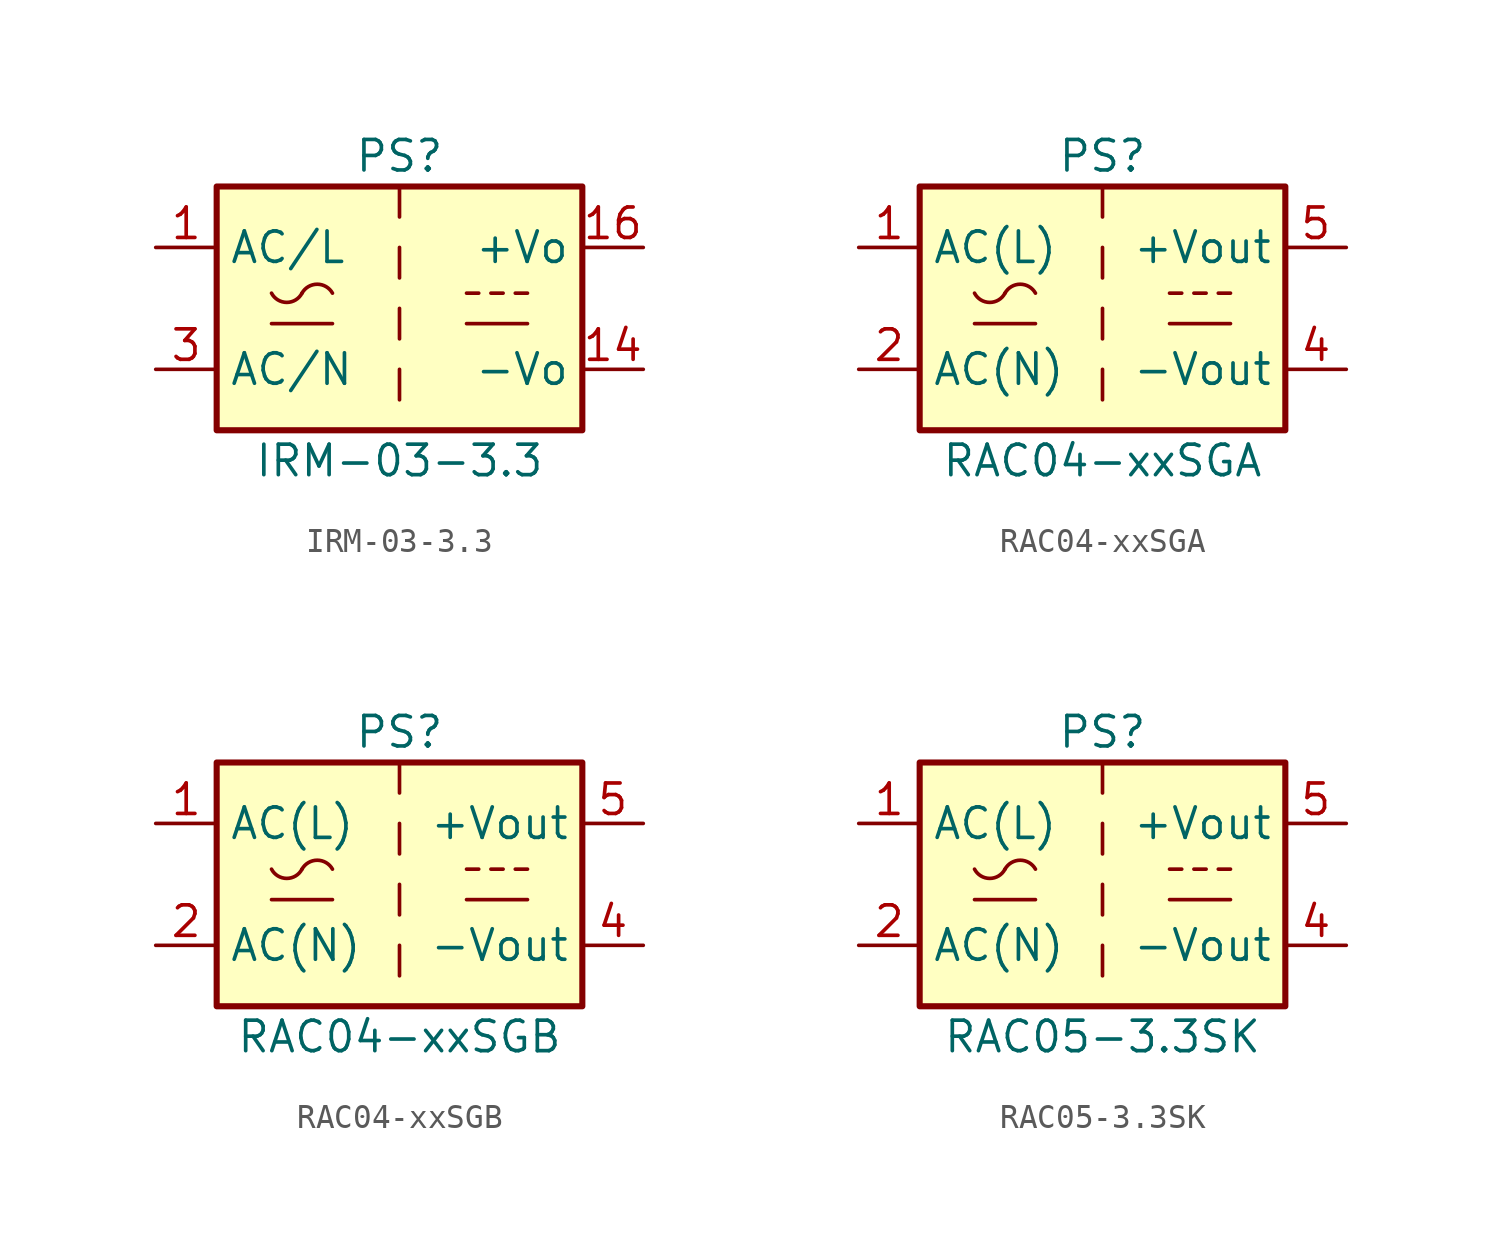
<source format=kicad_sym>
(kicad_symbol_lib
  (version 20200908)
  (generator kicad_symbol_editor)
  (symbol "Converter_ACDC:IRM-03-3.3"
    (property "Reference" "PS"
      (at 0 6.35 0)
      (effects (font (size 1.27 1.27))))
    (property "Value" "IRM-03-3.3"
      (at 0 -6.35 0)
      (effects (font (size 1.27 1.27))))
    (symbol "IRM-03-3.3_0_1"
      (arc (start -5.334 0.635) (end -4.064 0.635) (radius (at -4.699 0.9652) (length 0.7112) (angles -152.5 -27.5)) (stroke (width 0)) (fill (type none)))
      (arc (start -2.794 0.635) (end -4.064 0.635) (radius (at -3.429 0.2794) (length 0.7366) (angles 29.2 150.8)) (stroke (width 0)) (fill (type none)))
      (rectangle (start -7.62 5.08) (end 7.62 -5.08) (stroke (width 0.254)) (fill (type background)))
      (polyline (pts (xy -5.334 -0.635) (xy -2.794 -0.635)) (stroke (width 0)) (fill (type none)))
      (polyline (pts (xy 0 -2.54) (xy 0 -3.81)) (stroke (width 0)) (fill (type none)))
      (polyline (pts (xy 0 0) (xy 0 -1.27)) (stroke (width 0)) (fill (type none)))
      (polyline (pts (xy 0 2.54) (xy 0 1.27)) (stroke (width 0)) (fill (type none)))
      (polyline (pts (xy 0 5.08) (xy 0 3.81)) (stroke (width 0)) (fill (type none)))
      (polyline (pts (xy 2.794 -0.635) (xy 5.334 -0.635)) (stroke (width 0)) (fill (type none)))
      (polyline (pts (xy 2.794 0.635) (xy 3.302 0.635)) (stroke (width 0)) (fill (type none)))
      (polyline (pts (xy 3.81 0.635) (xy 4.318 0.635)) (stroke (width 0)) (fill (type none)))
      (polyline (pts (xy 4.826 0.635) (xy 5.334 0.635)) (stroke (width 0)) (fill (type none))))
    (symbol "IRM-03-3.3_1_1"
      (pin power_in line (at -10.16 2.54 0) (length 2.54) (name "AC/L" (effects (font (size 1.27 1.27)))) (number "1" (effects (font (size 1.27 1.27)))))
      (pin power_out line (at 10.16 -2.54 180) (length 2.54) (name "-Vo" (effects (font (size 1.27 1.27)))) (number "14" (effects (font (size 1.27 1.27)))))
      (pin power_out line (at 10.16 2.54 180) (length 2.54) (name "+Vo" (effects (font (size 1.27 1.27)))) (number "16" (effects (font (size 1.27 1.27)))))
      (pin power_in line (at -10.16 -2.54 0) (length 2.54) (name "AC/N" (effects (font (size 1.27 1.27)))) (number "3" (effects (font (size 1.27 1.27)))))
      (pin unconnected line (at -7.62 0 0) (length 2.54) hide (name "NC" (effects (font (size 1.27 1.27)))) (number "5" (effects (font (size 1.27 1.27)))))))
  (symbol "Converter_ACDC:RAC04-xxSGA"
    (property "Reference" "PS"
      (at 0 6.35 0)
      (effects (font (size 1.27 1.27))))
    (property "Value" "RAC04-xxSGA"
      (at 0 -6.35 0)
      (effects (font (size 1.27 1.27))))
    (symbol "RAC04-xxSGA_1_1"
      (arc (start -5.334 0.635) (end -4.064 0.635) (radius (at -4.699 0.9652) (length 0.7112) (angles -152.5 -27.5)) (stroke (width 0)) (fill (type none)))
      (arc (start -2.794 0.635) (end -4.064 0.635) (radius (at -3.429 0.2794) (length 0.7366) (angles 29.2 150.8)) (stroke (width 0)) (fill (type none)))
      (rectangle (start -7.62 5.08) (end 7.62 -5.08) (stroke (width 0.254)) (fill (type background)))
      (polyline (pts (xy -5.334 -0.635) (xy -2.794 -0.635)) (stroke (width 0)) (fill (type none)))
      (polyline (pts (xy 0 -2.54) (xy 0 -3.81)) (stroke (width 0)) (fill (type none)))
      (polyline (pts (xy 0 0) (xy 0 -1.27)) (stroke (width 0)) (fill (type none)))
      (polyline (pts (xy 0 2.54) (xy 0 1.27)) (stroke (width 0)) (fill (type none)))
      (polyline (pts (xy 0 5.08) (xy 0 3.81)) (stroke (width 0)) (fill (type none)))
      (polyline (pts (xy 2.794 -0.635) (xy 5.334 -0.635)) (stroke (width 0)) (fill (type none)))
      (polyline (pts (xy 2.794 0.635) (xy 3.302 0.635)) (stroke (width 0)) (fill (type none)))
      (polyline (pts (xy 3.81 0.635) (xy 4.318 0.635)) (stroke (width 0)) (fill (type none)))
      (polyline (pts (xy 4.826 0.635) (xy 5.334 0.635)) (stroke (width 0)) (fill (type none)))
      (pin power_in line (at -10.16 2.54 0) (length 2.54) (name "AC(L)" (effects (font (size 1.27 1.27)))) (number "1" (effects (font (size 1.27 1.27)))))
      (pin power_in line (at -10.16 -2.54 0) (length 2.54) (name "AC(N)" (effects (font (size 1.27 1.27)))) (number "2" (effects (font (size 1.27 1.27)))))
      (pin unconnected line (at 7.62 0 180) (length 2.54) hide (name "NC" (effects (font (size 1.27 1.27)))) (number "3" (effects (font (size 1.27 1.27)))))
      (pin power_out line (at 10.16 -2.54 180) (length 2.54) (name "-Vout" (effects (font (size 1.27 1.27)))) (number "4" (effects (font (size 1.27 1.27)))))
      (pin power_out line (at 10.16 2.54 180) (length 2.54) (name "+Vout" (effects (font (size 1.27 1.27)))) (number "5" (effects (font (size 1.27 1.27)))))))
  (symbol "Converter_ACDC:RAC04-xxSGB"
    (property "Reference" "PS"
      (at 0 6.35 0)
      (effects (font (size 1.27 1.27))))
    (property "Value" "RAC04-xxSGB"
      (at 0 -6.35 0)
      (effects (font (size 1.27 1.27))))
    (symbol "RAC04-xxSGB_1_1"
      (arc (start -5.334 0.635) (end -4.064 0.635) (radius (at -4.699 0.9652) (length 0.7112) (angles -152.5 -27.5)) (stroke (width 0)) (fill (type none)))
      (arc (start -2.794 0.635) (end -4.064 0.635) (radius (at -3.429 0.2794) (length 0.7366) (angles 29.2 150.8)) (stroke (width 0)) (fill (type none)))
      (rectangle (start -7.62 5.08) (end 7.62 -5.08) (stroke (width 0.254)) (fill (type background)))
      (polyline (pts (xy -5.334 -0.635) (xy -2.794 -0.635)) (stroke (width 0)) (fill (type none)))
      (polyline (pts (xy 0 -2.54) (xy 0 -3.81)) (stroke (width 0)) (fill (type none)))
      (polyline (pts (xy 0 0) (xy 0 -1.27)) (stroke (width 0)) (fill (type none)))
      (polyline (pts (xy 0 2.54) (xy 0 1.27)) (stroke (width 0)) (fill (type none)))
      (polyline (pts (xy 0 5.08) (xy 0 3.81)) (stroke (width 0)) (fill (type none)))
      (polyline (pts (xy 2.794 -0.635) (xy 5.334 -0.635)) (stroke (width 0)) (fill (type none)))
      (polyline (pts (xy 2.794 0.635) (xy 3.302 0.635)) (stroke (width 0)) (fill (type none)))
      (polyline (pts (xy 3.81 0.635) (xy 4.318 0.635)) (stroke (width 0)) (fill (type none)))
      (polyline (pts (xy 4.826 0.635) (xy 5.334 0.635)) (stroke (width 0)) (fill (type none)))
      (pin power_in line (at -10.16 2.54 0) (length 2.54) (name "AC(L)" (effects (font (size 1.27 1.27)))) (number "1" (effects (font (size 1.27 1.27)))))
      (pin power_in line (at -10.16 -2.54 0) (length 2.54) (name "AC(N)" (effects (font (size 1.27 1.27)))) (number "2" (effects (font (size 1.27 1.27)))))
      (pin unconnected line (at 7.62 0 180) (length 2.54) hide (name "NC" (effects (font (size 1.27 1.27)))) (number "3" (effects (font (size 1.27 1.27)))))
      (pin power_out line (at 10.16 -2.54 180) (length 2.54) (name "-Vout" (effects (font (size 1.27 1.27)))) (number "4" (effects (font (size 1.27 1.27)))))
      (pin power_out line (at 10.16 2.54 180) (length 2.54) (name "+Vout" (effects (font (size 1.27 1.27)))) (number "5" (effects (font (size 1.27 1.27)))))))
  (symbol "Converter_ACDC:RAC05-3.3SK"
    (property "Reference" "PS"
      (at 0 6.35 0)
      (effects (font (size 1.27 1.27))))
    (property "Value" "RAC05-3.3SK"
      (at 0 -6.35 0)
      (effects (font (size 1.27 1.27))))
    (symbol "RAC05-3.3SK_1_1"
      (arc (start -5.334 0.635) (end -4.064 0.635) (radius (at -4.699 0.9652) (length 0.7112) (angles -152.5 -27.5)) (stroke (width 0)) (fill (type none)))
      (arc (start -2.794 0.635) (end -4.064 0.635) (radius (at -3.429 0.2794) (length 0.7366) (angles 29.2 150.8)) (stroke (width 0)) (fill (type none)))
      (rectangle (start -7.62 5.08) (end 7.62 -5.08) (stroke (width 0.254)) (fill (type background)))
      (polyline (pts (xy -5.334 -0.635) (xy -2.794 -0.635)) (stroke (width 0)) (fill (type none)))
      (polyline (pts (xy 0 -2.54) (xy 0 -3.81)) (stroke (width 0)) (fill (type none)))
      (polyline (pts (xy 0 0) (xy 0 -1.27)) (stroke (width 0)) (fill (type none)))
      (polyline (pts (xy 0 2.54) (xy 0 1.27)) (stroke (width 0)) (fill (type none)))
      (polyline (pts (xy 0 5.08) (xy 0 3.81)) (stroke (width 0)) (fill (type none)))
      (polyline (pts (xy 2.794 -0.635) (xy 5.334 -0.635)) (stroke (width 0)) (fill (type none)))
      (polyline (pts (xy 2.794 0.635) (xy 3.302 0.635)) (stroke (width 0)) (fill (type none)))
      (polyline (pts (xy 3.81 0.635) (xy 4.318 0.635)) (stroke (width 0)) (fill (type none)))
      (polyline (pts (xy 4.826 0.635) (xy 5.334 0.635)) (stroke (width 0)) (fill (type none)))
      (pin power_in line (at -10.16 2.54 0) (length 2.54) (name "AC(L)" (effects (font (size 1.27 1.27)))) (number "1" (effects (font (size 1.27 1.27)))))
      (pin power_in line (at -10.16 -2.54 0) (length 2.54) (name "AC(N)" (effects (font (size 1.27 1.27)))) (number "2" (effects (font (size 1.27 1.27)))))
      (pin unconnected line (at 7.62 0 180) (length 2.54) hide (name "NC" (effects (font (size 1.27 1.27)))) (number "3" (effects (font (size 1.27 1.27)))))
      (pin power_out line (at 10.16 -2.54 180) (length 2.54) (name "-Vout" (effects (font (size 1.27 1.27)))) (number "4" (effects (font (size 1.27 1.27)))))
      (pin power_out line (at 10.16 2.54 180) (length 2.54) (name "+Vout" (effects (font (size 1.27 1.27)))) (number "5" (effects (font (size 1.27 1.27))))))))
</source>
